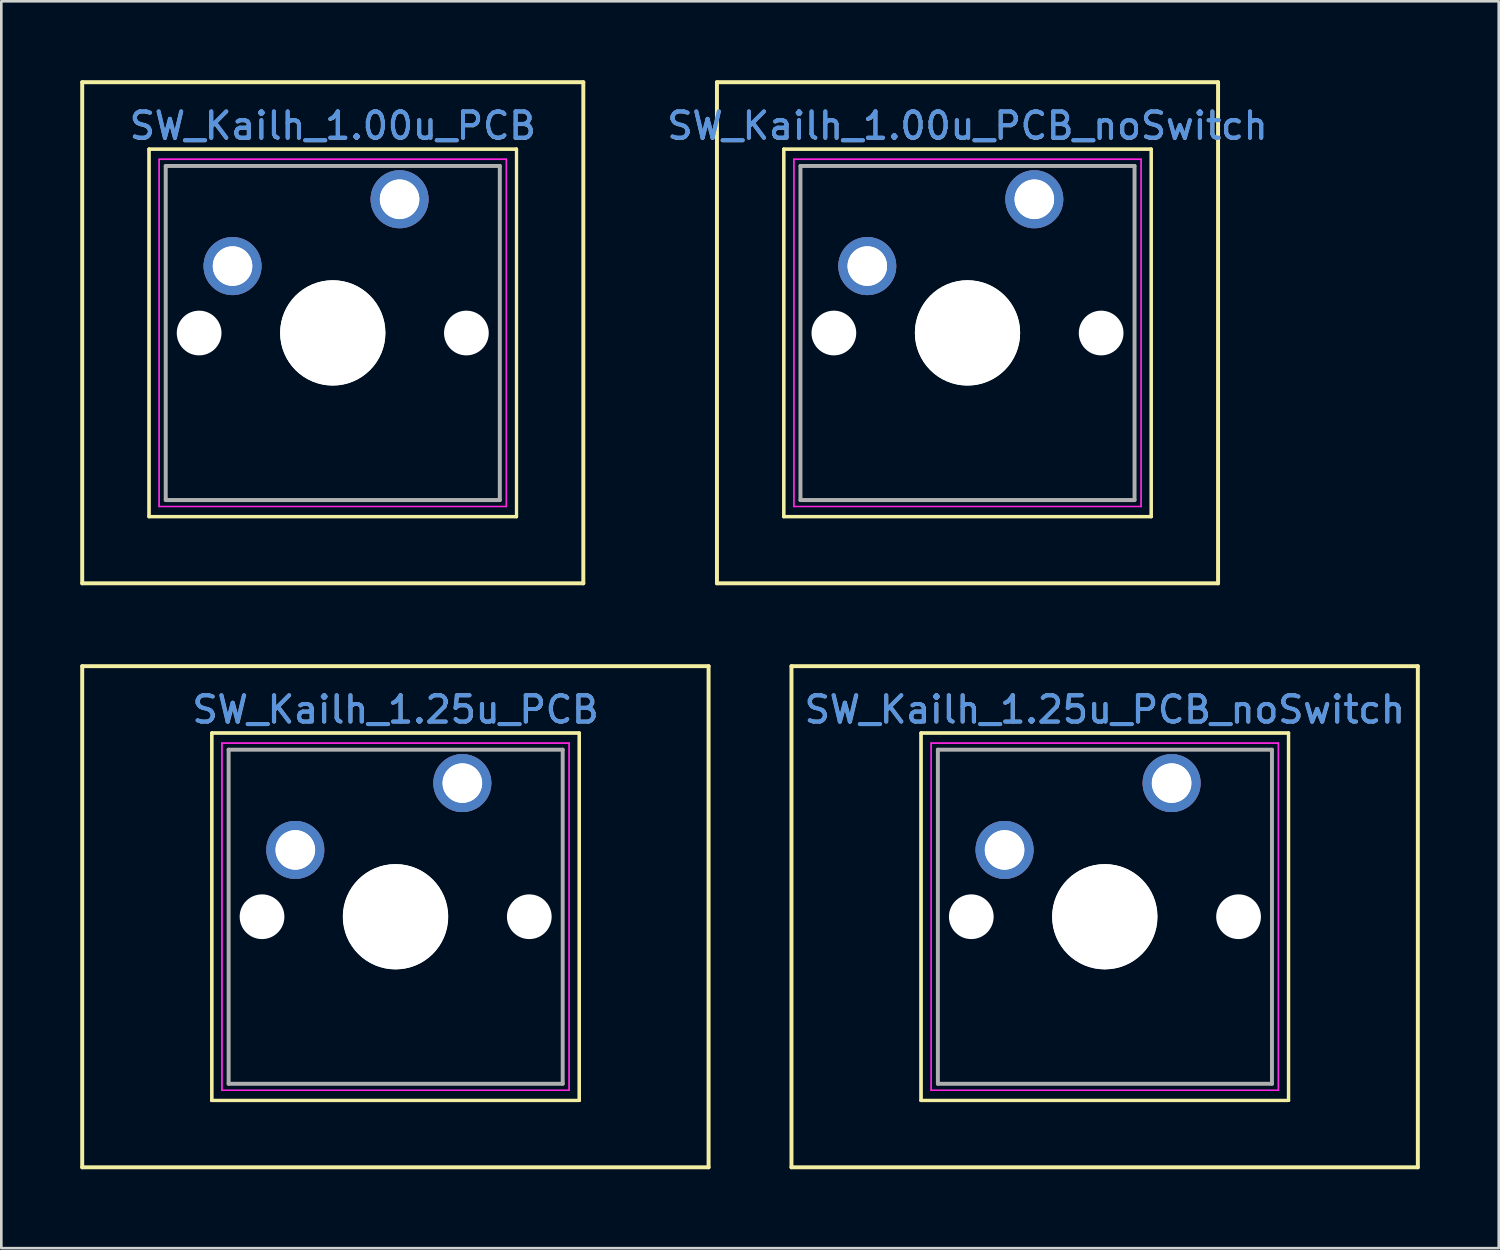
<source format=kicad_pcb>
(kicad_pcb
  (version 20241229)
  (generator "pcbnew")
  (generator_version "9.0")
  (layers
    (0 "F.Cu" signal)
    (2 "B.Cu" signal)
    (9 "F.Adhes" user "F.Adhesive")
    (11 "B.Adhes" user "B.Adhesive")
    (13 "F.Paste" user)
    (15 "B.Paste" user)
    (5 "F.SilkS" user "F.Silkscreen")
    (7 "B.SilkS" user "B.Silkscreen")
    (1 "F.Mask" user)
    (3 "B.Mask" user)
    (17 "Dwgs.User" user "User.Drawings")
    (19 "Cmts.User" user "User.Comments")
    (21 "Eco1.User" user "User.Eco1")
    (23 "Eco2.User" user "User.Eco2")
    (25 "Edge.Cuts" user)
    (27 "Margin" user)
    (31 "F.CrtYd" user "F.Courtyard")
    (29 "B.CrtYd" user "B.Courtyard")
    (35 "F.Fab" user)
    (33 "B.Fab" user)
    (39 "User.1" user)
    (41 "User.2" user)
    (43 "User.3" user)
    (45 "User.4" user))
  (footprint "SW_Kailh_1.00u_PCB"
    (layer "F.Cu")
    (at 9.6 9.6)
    (property "Reference" "SW_Kailh_1.00u_PCB" (at 0 -7.874 0) (layer "Cmts.User") (effects (font (size 1 1) (thickness 0.15))))
    (attr through_hole)
    (fp_line (start -9.525 -9.525) (end 9.525 -9.525) (stroke (width 0.15) (type solid)) (layer "F.SilkS"))
    (fp_line (start -9.525 9.525) (end -9.525 -9.525) (stroke (width 0.15) (type solid)) (layer "F.SilkS"))
    (fp_line (start -6.985 -6.985) (end 6.985 -6.985) (stroke (width 0.12) (type solid)) (layer "F.SilkS"))
    (fp_line (start -6.985 -6.975) (end 6.985 -6.975) (stroke (width 0.12) (type solid)) (layer "F.SilkS"))
    (fp_line (start -6.985 6.985) (end -6.985 -6.985) (stroke (width 0.12) (type solid)) (layer "F.SilkS"))
    (fp_line (start -6.985 6.995) (end -6.985 -6.975) (stroke (width 0.12) (type solid)) (layer "F.SilkS"))
    (fp_line (start 6.985 -6.985) (end 6.985 6.985) (stroke (width 0.12) (type solid)) (layer "F.SilkS"))
    (fp_line (start 6.985 -6.975) (end 6.985 6.995) (stroke (width 0.12) (type solid)) (layer "F.SilkS"))
    (fp_line (start 6.985 6.985) (end -6.985 6.985) (stroke (width 0.12) (type solid)) (layer "F.SilkS"))
    (fp_line (start 6.985 6.995) (end -6.985 6.995) (stroke (width 0.12) (type solid)) (layer "F.SilkS"))
    (fp_line (start 9.525 -9.525) (end 9.525 9.525) (stroke (width 0.15) (type solid)) (layer "F.SilkS"))
    (fp_line (start 9.525 9.525) (end -9.525 9.525) (stroke (width 0.15) (type solid)) (layer "F.SilkS"))
    (fp_line (start -6.6 -6.6) (end 6.6 -6.6) (stroke (width 0.05) (type solid)) (layer "F.CrtYd"))
    (fp_line (start -6.6 -6.59) (end 6.6 -6.59) (stroke (width 0.05) (type solid)) (layer "F.CrtYd"))
    (fp_line (start -6.6 6.6) (end -6.6 -6.6) (stroke (width 0.05) (type solid)) (layer "F.CrtYd"))
    (fp_line (start -6.6 6.61) (end -6.6 -6.59) (stroke (width 0.05) (type solid)) (layer "F.CrtYd"))
    (fp_line (start 6.6 -6.6) (end 6.6 6.6) (stroke (width 0.05) (type solid)) (layer "F.CrtYd"))
    (fp_line (start 6.6 -6.59) (end 6.6 6.61) (stroke (width 0.05) (type solid)) (layer "F.CrtYd"))
    (fp_line (start 6.6 6.6) (end -6.6 6.6) (stroke (width 0.05) (type solid)) (layer "F.CrtYd"))
    (fp_line (start 6.6 6.61) (end -6.6 6.61) (stroke (width 0.05) (type solid)) (layer "F.CrtYd"))
    (fp_line (start -6.35 -6.35) (end 6.35 -6.35) (stroke (width 0.1) (type solid)) (layer "F.Fab"))
    (fp_line (start -6.35 -6.34) (end 6.35 -6.34) (stroke (width 0.15) (type solid)) (layer "F.Fab"))
    (fp_line (start -6.35 6.35) (end -6.35 -6.35) (stroke (width 0.1) (type solid)) (layer "F.Fab"))
    (fp_line (start -6.35 6.36) (end -6.35 -6.34) (stroke (width 0.15) (type solid)) (layer "F.Fab"))
    (fp_line (start 6.35 -6.35) (end 6.35 6.35) (stroke (width 0.1) (type solid)) (layer "F.Fab"))
    (fp_line (start 6.35 -6.34) (end 6.35 6.36) (stroke (width 0.15) (type solid)) (layer "F.Fab"))
    (fp_line (start 6.35 6.35) (end -6.35 6.35) (stroke (width 0.1) (type solid)) (layer "F.Fab"))
    (fp_line (start 6.35 6.36) (end -6.35 6.36) (stroke (width 0.15) (type solid)) (layer "F.Fab"))
    (fp_text user "${REFERENCE}" (at 0 -7.864 0) (layer "F.Fab") (effects (font (size 1 1) (thickness 0.15))))
    (pad "" np_thru_hole circle (at -5.08 0.01) (size 1.7 1.7) (drill 1.7) (layers "*.Cu" "*.Mask"))
    (pad "" np_thru_hole circle (at 0 0) (size 4 4) (drill 4) (layers "*.Cu" "*.Mask"))
    (pad "" np_thru_hole circle (at 0 0.01) (size 4 4) (drill 4) (layers "*.Cu" "*.Mask"))
    (pad "" np_thru_hole circle (at 5.08 0.01) (size 1.7 1.7) (drill 1.7) (layers "*.Cu" "*.Mask"))
    (pad "1" thru_hole circle (at 2.54 -5.08) (size 2.2 2.2) (drill 1.5) (layers "*.Cu" "*.Mask"))
    (pad "1" thru_hole circle (at 2.54 -5.07) (size 2.2 2.2) (drill 1.5) (layers "*.Cu" "*.Mask"))
    (pad "2" thru_hole circle (at -3.81 -2.54) (size 2.2 2.2) (drill 1.5) (layers "*.Cu" "*.Mask"))
    (pad "2" thru_hole circle (at -3.81 -2.53) (size 2.2 2.2) (drill 1.5) (layers "*.Cu" "*.Mask")))
  (footprint "SW_Kailh_1.25u_PCB_noSwitch"
    (layer "F.Cu")
    (at 38.944 31.8)
    (property "Reference" "SW_Kailh_1.25u_PCB_noSwitch" (at 0 -7.874 0) (layer "Cmts.User") (effects (font (size 1 1) (thickness 0.15))))
    (attr through_hole)
    (fp_line (start -11.906 -9.525) (end 11.906 -9.525) (stroke (width 0.15) (type solid)) (layer "F.SilkS"))
    (fp_line (start -11.906 9.525) (end -11.906 -9.525) (stroke (width 0.15) (type solid)) (layer "F.SilkS"))
    (fp_line (start -6.985 -6.985) (end 6.985 -6.985) (stroke (width 0.12) (type solid)) (layer "F.SilkS"))
    (fp_line (start -6.985 6.985) (end -6.985 -6.985) (stroke (width 0.12) (type solid)) (layer "F.SilkS"))
    (fp_line (start -6.975 -6.985) (end 6.995 -6.985) (stroke (width 0.12) (type solid)) (layer "F.SilkS"))
    (fp_line (start -6.975 6.985) (end -6.975 -6.985) (stroke (width 0.12) (type solid)) (layer "F.SilkS"))
    (fp_line (start 6.985 -6.985) (end 6.985 6.985) (stroke (width 0.12) (type solid)) (layer "F.SilkS"))
    (fp_line (start 6.985 6.985) (end -6.985 6.985) (stroke (width 0.12) (type solid)) (layer "F.SilkS"))
    (fp_line (start 6.995 -6.985) (end 6.995 6.985) (stroke (width 0.12) (type solid)) (layer "F.SilkS"))
    (fp_line (start 6.995 6.985) (end -6.975 6.985) (stroke (width 0.12) (type solid)) (layer "F.SilkS"))
    (fp_line (start 11.906 -9.525) (end 11.906 9.525) (stroke (width 0.15) (type solid)) (layer "F.SilkS"))
    (fp_line (start 11.906 9.525) (end -11.906 9.525) (stroke (width 0.15) (type solid)) (layer "F.SilkS"))
    (fp_line (start -6.6 -6.6) (end 6.6 -6.6) (stroke (width 0.05) (type solid)) (layer "F.CrtYd"))
    (fp_line (start -6.6 6.6) (end -6.6 -6.6) (stroke (width 0.05) (type solid)) (layer "F.CrtYd"))
    (fp_line (start -6.59 -6.6) (end 6.61 -6.6) (stroke (width 0.05) (type solid)) (layer "F.CrtYd"))
    (fp_line (start -6.59 6.6) (end -6.59 -6.6) (stroke (width 0.05) (type solid)) (layer "F.CrtYd"))
    (fp_line (start 6.6 -6.6) (end 6.6 6.6) (stroke (width 0.05) (type solid)) (layer "F.CrtYd"))
    (fp_line (start 6.6 6.6) (end -6.6 6.6) (stroke (width 0.05) (type solid)) (layer "F.CrtYd"))
    (fp_line (start 6.61 -6.6) (end 6.61 6.6) (stroke (width 0.05) (type solid)) (layer "F.CrtYd"))
    (fp_line (start 6.61 6.6) (end -6.59 6.6) (stroke (width 0.05) (type solid)) (layer "F.CrtYd"))
    (fp_line (start -6.35 -6.35) (end 6.35 -6.35) (stroke (width 0.1) (type solid)) (layer "F.Fab"))
    (fp_line (start -6.35 6.35) (end -6.35 -6.35) (stroke (width 0.1) (type solid)) (layer "F.Fab"))
    (fp_line (start -6.34 -6.35) (end 6.36 -6.35) (stroke (width 0.15) (type solid)) (layer "F.Fab"))
    (fp_line (start -6.34 6.35) (end -6.34 -6.35) (stroke (width 0.15) (type solid)) (layer "F.Fab"))
    (fp_line (start 6.35 -6.35) (end 6.35 6.35) (stroke (width 0.1) (type solid)) (layer "F.Fab"))
    (fp_line (start 6.35 6.35) (end -6.35 6.35) (stroke (width 0.1) (type solid)) (layer "F.Fab"))
    (fp_line (start 6.36 -6.35) (end 6.36 6.35) (stroke (width 0.15) (type solid)) (layer "F.Fab"))
    (fp_line (start 6.36 6.35) (end -6.34 6.35) (stroke (width 0.15) (type solid)) (layer "F.Fab"))
    (fp_text user "${REFERENCE}" (at 0.01 -7.874 0) (layer "F.Fab") (effects (font (size 1 1) (thickness 0.15))))
    (pad "" np_thru_hole circle (at -5.07 0) (size 1.7 1.7) (drill 1.7) (layers "*.Cu" "*.Mask"))
    (pad "" np_thru_hole circle (at 0 0) (size 4 4) (drill 4) (layers "*.Cu" "*.Mask"))
    (pad "" np_thru_hole circle (at 0.01 0) (size 4 4) (drill 4) (layers "*.Cu" "*.Mask"))
    (pad "" np_thru_hole circle (at 5.09 0) (size 1.7 1.7) (drill 1.7) (layers "*.Cu" "*.Mask"))
    (pad "1" thru_hole circle (at 2.54 -5.08) (size 2.2 2.2) (drill 1.5) (layers "*.Cu" "*.Mask"))
    (pad "1" thru_hole circle (at 2.55 -5.08) (size 2.2 2.2) (drill 1.5) (layers "*.Cu" "*.Mask"))
    (pad "2" thru_hole circle (at -3.81 -2.54) (size 2.2 2.2) (drill 1.5) (layers "*.Cu" "*.Mask"))
    (pad "2" thru_hole circle (at -3.8 -2.54) (size 2.2 2.2) (drill 1.5) (layers "*.Cu" "*.Mask")))
  (footprint "SW_Kailh_1.25u_PCB"
    (layer "F.Cu")
    (at 11.981 31.8)
    (property "Reference" "SW_Kailh_1.25u_PCB" (at 0 -7.874 0) (layer "Cmts.User") (effects (font (size 1 1) (thickness 0.15))))
    (attr through_hole)
    (fp_line (start -11.906 -9.525) (end 11.906 -9.525) (stroke (width 0.15) (type solid)) (layer "F.SilkS"))
    (fp_line (start -11.906 9.525) (end -11.906 -9.525) (stroke (width 0.15) (type solid)) (layer "F.SilkS"))
    (fp_line (start -6.985 -6.985) (end 6.985 -6.985) (stroke (width 0.12) (type solid)) (layer "F.SilkS"))
    (fp_line (start -6.985 6.985) (end -6.985 -6.985) (stroke (width 0.12) (type solid)) (layer "F.SilkS"))
    (fp_line (start -6.975 -6.985) (end 6.995 -6.985) (stroke (width 0.12) (type solid)) (layer "F.SilkS"))
    (fp_line (start -6.975 6.985) (end -6.975 -6.985) (stroke (width 0.12) (type solid)) (layer "F.SilkS"))
    (fp_line (start 6.985 -6.985) (end 6.985 6.985) (stroke (width 0.12) (type solid)) (layer "F.SilkS"))
    (fp_line (start 6.985 6.985) (end -6.985 6.985) (stroke (width 0.12) (type solid)) (layer "F.SilkS"))
    (fp_line (start 6.995 -6.985) (end 6.995 6.985) (stroke (width 0.12) (type solid)) (layer "F.SilkS"))
    (fp_line (start 6.995 6.985) (end -6.975 6.985) (stroke (width 0.12) (type solid)) (layer "F.SilkS"))
    (fp_line (start 11.906 -9.525) (end 11.906 9.525) (stroke (width 0.15) (type solid)) (layer "F.SilkS"))
    (fp_line (start 11.906 9.525) (end -11.906 9.525) (stroke (width 0.15) (type solid)) (layer "F.SilkS"))
    (fp_line (start -6.6 -6.6) (end 6.6 -6.6) (stroke (width 0.05) (type solid)) (layer "F.CrtYd"))
    (fp_line (start -6.6 6.6) (end -6.6 -6.6) (stroke (width 0.05) (type solid)) (layer "F.CrtYd"))
    (fp_line (start -6.59 -6.6) (end 6.61 -6.6) (stroke (width 0.05) (type solid)) (layer "F.CrtYd"))
    (fp_line (start -6.59 6.6) (end -6.59 -6.6) (stroke (width 0.05) (type solid)) (layer "F.CrtYd"))
    (fp_line (start 6.6 -6.6) (end 6.6 6.6) (stroke (width 0.05) (type solid)) (layer "F.CrtYd"))
    (fp_line (start 6.6 6.6) (end -6.6 6.6) (stroke (width 0.05) (type solid)) (layer "F.CrtYd"))
    (fp_line (start 6.61 -6.6) (end 6.61 6.6) (stroke (width 0.05) (type solid)) (layer "F.CrtYd"))
    (fp_line (start 6.61 6.6) (end -6.59 6.6) (stroke (width 0.05) (type solid)) (layer "F.CrtYd"))
    (fp_line (start -6.35 -6.35) (end 6.35 -6.35) (stroke (width 0.1) (type solid)) (layer "F.Fab"))
    (fp_line (start -6.35 6.35) (end -6.35 -6.35) (stroke (width 0.1) (type solid)) (layer "F.Fab"))
    (fp_line (start -6.34 -6.35) (end 6.36 -6.35) (stroke (width 0.15) (type solid)) (layer "F.Fab"))
    (fp_line (start -6.34 6.35) (end -6.34 -6.35) (stroke (width 0.15) (type solid)) (layer "F.Fab"))
    (fp_line (start 6.35 -6.35) (end 6.35 6.35) (stroke (width 0.1) (type solid)) (layer "F.Fab"))
    (fp_line (start 6.35 6.35) (end -6.35 6.35) (stroke (width 0.1) (type solid)) (layer "F.Fab"))
    (fp_line (start 6.36 -6.35) (end 6.36 6.35) (stroke (width 0.15) (type solid)) (layer "F.Fab"))
    (fp_line (start 6.36 6.35) (end -6.34 6.35) (stroke (width 0.15) (type solid)) (layer "F.Fab"))
    (fp_text user "${REFERENCE}" (at 0.01 -7.874 0) (layer "F.Fab") (effects (font (size 1 1) (thickness 0.15))))
    (pad "" np_thru_hole circle (at -5.07 0) (size 1.7 1.7) (drill 1.7) (layers "*.Cu" "*.Mask"))
    (pad "" np_thru_hole circle (at 0 0) (size 4 4) (drill 4) (layers "*.Cu" "*.Mask"))
    (pad "" np_thru_hole circle (at 0.01 0) (size 4 4) (drill 4) (layers "*.Cu" "*.Mask"))
    (pad "" np_thru_hole circle (at 5.09 0) (size 1.7 1.7) (drill 1.7) (layers "*.Cu" "*.Mask"))
    (pad "1" thru_hole circle (at 2.54 -5.08) (size 2.2 2.2) (drill 1.5) (layers "*.Cu" "*.Mask"))
    (pad "1" thru_hole circle (at 2.55 -5.08) (size 2.2 2.2) (drill 1.5) (layers "*.Cu" "*.Mask"))
    (pad "2" thru_hole circle (at -3.81 -2.54) (size 2.2 2.2) (drill 1.5) (layers "*.Cu" "*.Mask"))
    (pad "2" thru_hole circle (at -3.8 -2.54) (size 2.2 2.2) (drill 1.5) (layers "*.Cu" "*.Mask")))
  (footprint "SW_Kailh_1.00u_PCB_noSwitch"
    (layer "F.Cu")
    (at 33.73 9.6)
    (property "Reference" "SW_Kailh_1.00u_PCB_noSwitch" (at 0 -7.874 0) (layer "Cmts.User") (effects (font (size 1 1) (thickness 0.15))))
    (attr through_hole)
    (fp_line (start -9.525 -9.525) (end 9.525 -9.525) (stroke (width 0.15) (type solid)) (layer "F.SilkS"))
    (fp_line (start -9.525 9.525) (end -9.525 -9.525) (stroke (width 0.15) (type solid)) (layer "F.SilkS"))
    (fp_line (start -6.985 -6.985) (end 6.985 -6.985) (stroke (width 0.12) (type solid)) (layer "F.SilkS"))
    (fp_line (start -6.985 -6.975) (end 6.985 -6.975) (stroke (width 0.12) (type solid)) (layer "F.SilkS"))
    (fp_line (start -6.985 6.985) (end -6.985 -6.985) (stroke (width 0.12) (type solid)) (layer "F.SilkS"))
    (fp_line (start -6.985 6.995) (end -6.985 -6.975) (stroke (width 0.12) (type solid)) (layer "F.SilkS"))
    (fp_line (start 6.985 -6.985) (end 6.985 6.985) (stroke (width 0.12) (type solid)) (layer "F.SilkS"))
    (fp_line (start 6.985 -6.975) (end 6.985 6.995) (stroke (width 0.12) (type solid)) (layer "F.SilkS"))
    (fp_line (start 6.985 6.985) (end -6.985 6.985) (stroke (width 0.12) (type solid)) (layer "F.SilkS"))
    (fp_line (start 6.985 6.995) (end -6.985 6.995) (stroke (width 0.12) (type solid)) (layer "F.SilkS"))
    (fp_line (start 9.525 -9.525) (end 9.525 9.525) (stroke (width 0.15) (type solid)) (layer "F.SilkS"))
    (fp_line (start 9.525 9.525) (end -9.525 9.525) (stroke (width 0.15) (type solid)) (layer "F.SilkS"))
    (fp_line (start -6.6 -6.6) (end 6.6 -6.6) (stroke (width 0.05) (type solid)) (layer "F.CrtYd"))
    (fp_line (start -6.6 -6.59) (end 6.6 -6.59) (stroke (width 0.05) (type solid)) (layer "F.CrtYd"))
    (fp_line (start -6.6 6.6) (end -6.6 -6.6) (stroke (width 0.05) (type solid)) (layer "F.CrtYd"))
    (fp_line (start -6.6 6.61) (end -6.6 -6.59) (stroke (width 0.05) (type solid)) (layer "F.CrtYd"))
    (fp_line (start 6.6 -6.6) (end 6.6 6.6) (stroke (width 0.05) (type solid)) (layer "F.CrtYd"))
    (fp_line (start 6.6 -6.59) (end 6.6 6.61) (stroke (width 0.05) (type solid)) (layer "F.CrtYd"))
    (fp_line (start 6.6 6.6) (end -6.6 6.6) (stroke (width 0.05) (type solid)) (layer "F.CrtYd"))
    (fp_line (start 6.6 6.61) (end -6.6 6.61) (stroke (width 0.05) (type solid)) (layer "F.CrtYd"))
    (fp_line (start -6.35 -6.35) (end 6.35 -6.35) (stroke (width 0.1) (type solid)) (layer "F.Fab"))
    (fp_line (start -6.35 -6.34) (end 6.35 -6.34) (stroke (width 0.15) (type solid)) (layer "F.Fab"))
    (fp_line (start -6.35 6.35) (end -6.35 -6.35) (stroke (width 0.1) (type solid)) (layer "F.Fab"))
    (fp_line (start -6.35 6.36) (end -6.35 -6.34) (stroke (width 0.15) (type solid)) (layer "F.Fab"))
    (fp_line (start 6.35 -6.35) (end 6.35 6.35) (stroke (width 0.1) (type solid)) (layer "F.Fab"))
    (fp_line (start 6.35 -6.34) (end 6.35 6.36) (stroke (width 0.15) (type solid)) (layer "F.Fab"))
    (fp_line (start 6.35 6.35) (end -6.35 6.35) (stroke (width 0.1) (type solid)) (layer "F.Fab"))
    (fp_line (start 6.35 6.36) (end -6.35 6.36) (stroke (width 0.15) (type solid)) (layer "F.Fab"))
    (fp_text user "${REFERENCE}" (at 0 -7.864 0) (layer "F.Fab") (effects (font (size 1 1) (thickness 0.15))))
    (pad "" np_thru_hole circle (at -5.08 0.01) (size 1.7 1.7) (drill 1.7) (layers "*.Cu" "*.Mask"))
    (pad "" np_thru_hole circle (at 0 0) (size 4 4) (drill 4) (layers "*.Cu" "*.Mask"))
    (pad "" np_thru_hole circle (at 0 0.01) (size 4 4) (drill 4) (layers "*.Cu" "*.Mask"))
    (pad "" np_thru_hole circle (at 5.08 0.01) (size 1.7 1.7) (drill 1.7) (layers "*.Cu" "*.Mask"))
    (pad "1" thru_hole circle (at 2.54 -5.08) (size 2.2 2.2) (drill 1.5) (layers "*.Cu" "*.Mask"))
    (pad "1" thru_hole circle (at 2.54 -5.07) (size 2.2 2.2) (drill 1.5) (layers "*.Cu" "*.Mask"))
    (pad "2" thru_hole circle (at -3.81 -2.54) (size 2.2 2.2) (drill 1.5) (layers "*.Cu" "*.Mask"))
    (pad "2" thru_hole circle (at -3.81 -2.53) (size 2.2 2.2) (drill 1.5) (layers "*.Cu" "*.Mask")))
  (gr_rect
    (start -3 -3)
    (end 53.925 44.4)
    (stroke (width 0.1) (type default))
    (fill no)
    (layer "Edge.Cuts")))
</source>
